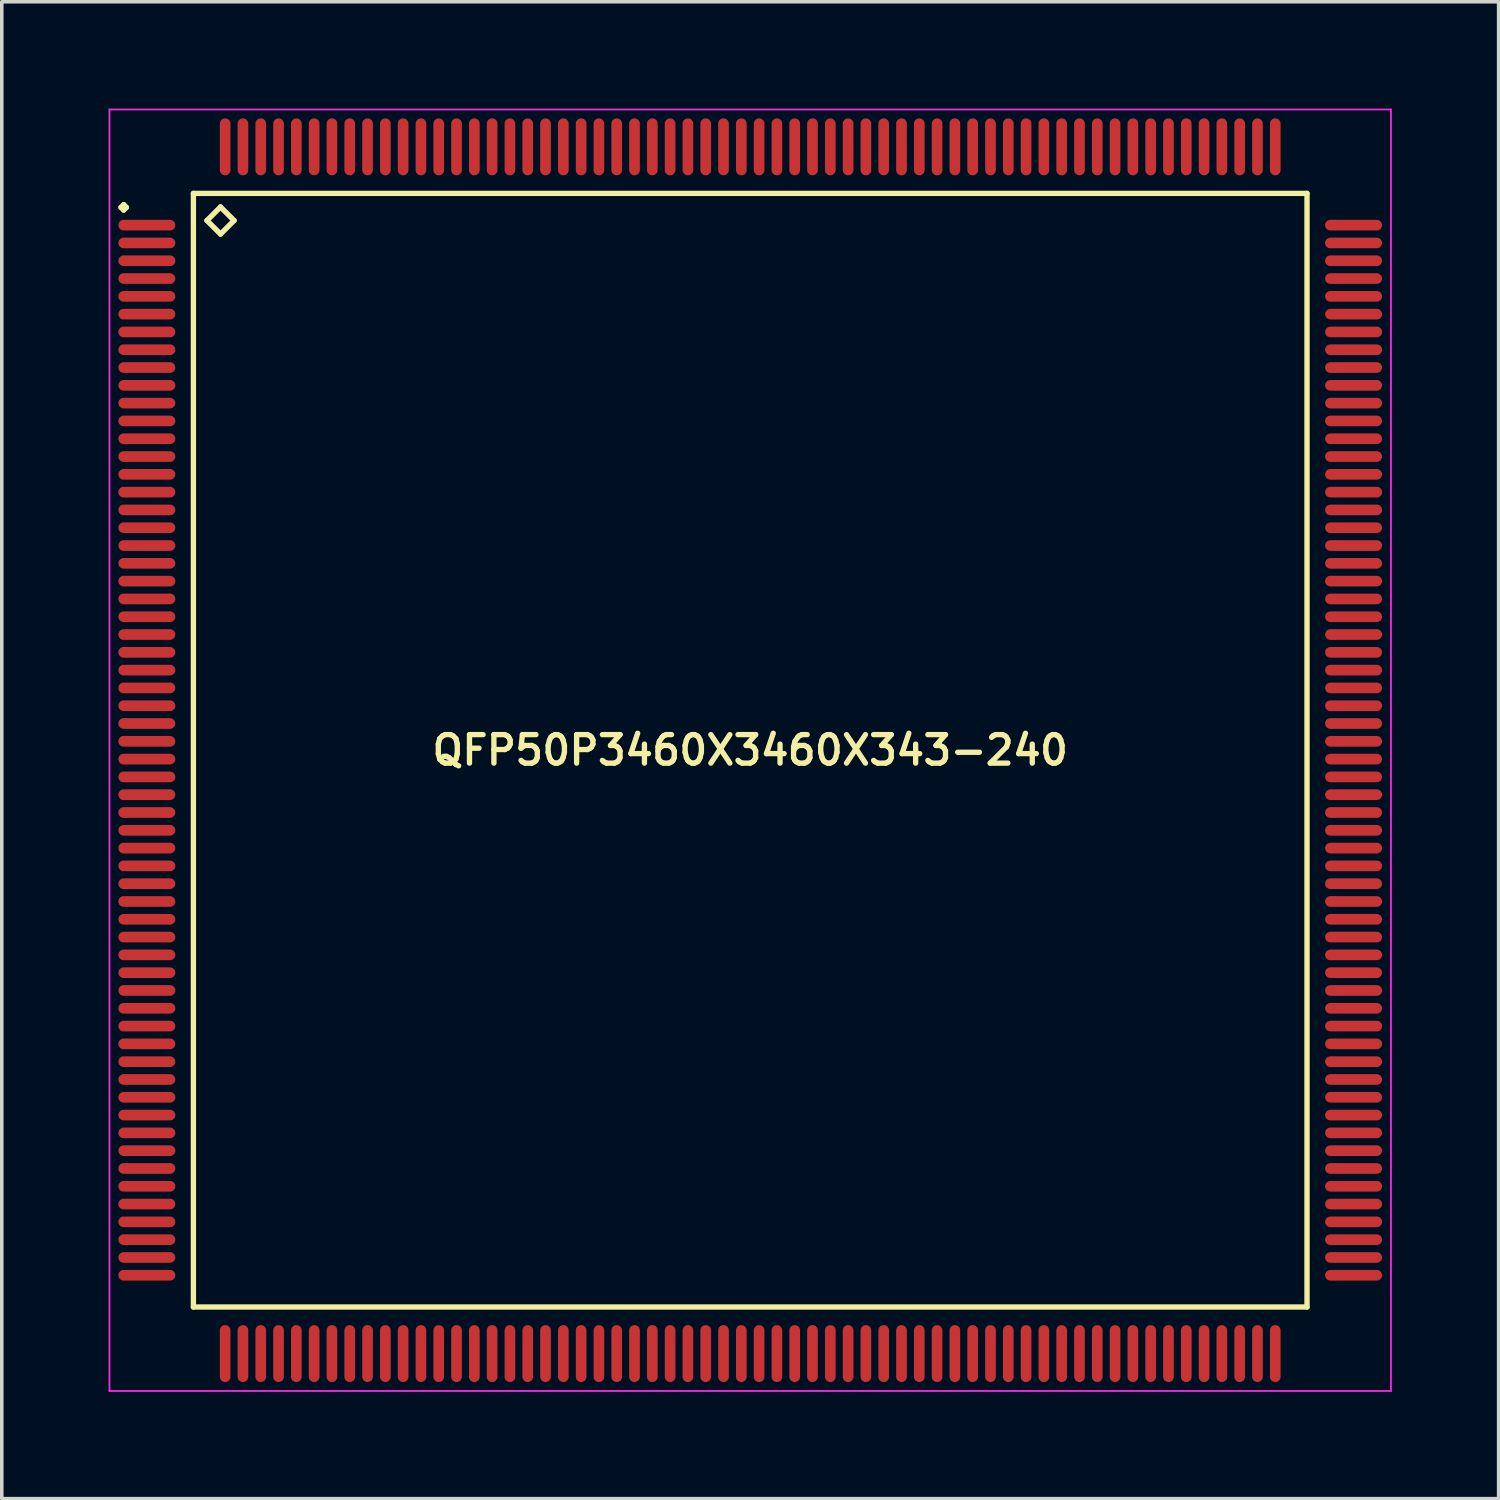
<source format=kicad_pcb>
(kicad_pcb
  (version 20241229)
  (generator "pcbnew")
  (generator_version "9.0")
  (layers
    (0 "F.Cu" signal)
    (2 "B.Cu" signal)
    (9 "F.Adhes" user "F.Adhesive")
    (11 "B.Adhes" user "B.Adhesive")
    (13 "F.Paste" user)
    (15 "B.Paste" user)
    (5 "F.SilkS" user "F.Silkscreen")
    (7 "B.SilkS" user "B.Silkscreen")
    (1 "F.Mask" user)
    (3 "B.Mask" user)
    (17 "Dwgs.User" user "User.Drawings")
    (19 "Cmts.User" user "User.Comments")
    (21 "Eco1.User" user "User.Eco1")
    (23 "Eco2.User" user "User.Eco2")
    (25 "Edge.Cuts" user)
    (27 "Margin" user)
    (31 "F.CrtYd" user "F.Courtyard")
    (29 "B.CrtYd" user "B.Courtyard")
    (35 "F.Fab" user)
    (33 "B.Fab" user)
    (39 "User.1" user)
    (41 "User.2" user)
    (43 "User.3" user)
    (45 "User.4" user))
  (footprint "QFP50P3460X3460X343-240"
    (layer "F.Cu")
    (at 18.025 18.025)
    (property "Reference" "QFP50P3460X3460X343-240" (at 0 0 0) (layer "F.SilkS") (effects (font (size 0.8 0.8) (thickness 0.15))))
    (attr smd)
    (fp_line (start -17.675 -15.25) (end -17.6 -15.325) (stroke (width 0.15) (type solid)) (layer "F.SilkS"))
    (fp_line (start -17.6 -15.325) (end -17.525 -15.25) (stroke (width 0.15) (type solid)) (layer "F.SilkS"))
    (fp_line (start -17.6 -15.175) (end -17.675 -15.25) (stroke (width 0.15) (type solid)) (layer "F.SilkS"))
    (fp_line (start -17.525 -15.25) (end -17.6 -15.175) (stroke (width 0.15) (type solid)) (layer "F.SilkS"))
    (fp_line (start -15.642 -15.642) (end -15.642 15.642) (stroke (width 0.15) (type solid)) (layer "F.SilkS"))
    (fp_line (start -15.642 15.642) (end 15.642 15.642) (stroke (width 0.15) (type solid)) (layer "F.SilkS"))
    (fp_line (start -15.261 -14.88) (end -14.88 -15.261) (stroke (width 0.15) (type solid)) (layer "F.SilkS"))
    (fp_line (start -14.88 -15.261) (end -14.499 -14.88) (stroke (width 0.15) (type solid)) (layer "F.SilkS"))
    (fp_line (start -14.88 -14.499) (end -15.261 -14.88) (stroke (width 0.15) (type solid)) (layer "F.SilkS"))
    (fp_line (start -14.499 -14.88) (end -14.88 -14.499) (stroke (width 0.15) (type solid)) (layer "F.SilkS"))
    (fp_line (start 15.642 -15.642) (end -15.642 -15.642) (stroke (width 0.15) (type solid)) (layer "F.SilkS"))
    (fp_line (start 15.642 15.642) (end 15.642 -15.642) (stroke (width 0.15) (type solid)) (layer "F.SilkS"))
    (fp_line (start -18 -18) (end 18 -18) (stroke (width 0.05) (type solid)) (layer "F.CrtYd"))
    (fp_line (start -18 18) (end -18 -18) (stroke (width 0.05) (type solid)) (layer "F.CrtYd"))
    (fp_line (start 18 -18) (end 18 18) (stroke (width 0.05) (type solid)) (layer "F.CrtYd"))
    (fp_line (start 18 18) (end -18 18) (stroke (width 0.05) (type solid)) (layer "F.CrtYd"))
    (pad "1" smd oval (at -16.95 -14.75) (size 1.6 0.3) (layers "F.Cu" "F.Mask" "F.Paste"))
    (pad "2" smd oval (at -16.95 -14.25) (size 1.6 0.3) (layers "F.Cu" "F.Mask" "F.Paste"))
    (pad "3" smd oval (at -16.95 -13.75) (size 1.6 0.3) (layers "F.Cu" "F.Mask" "F.Paste"))
    (pad "4" smd oval (at -16.95 -13.25) (size 1.6 0.3) (layers "F.Cu" "F.Mask" "F.Paste"))
    (pad "5" smd oval (at -16.95 -12.75) (size 1.6 0.3) (layers "F.Cu" "F.Mask" "F.Paste"))
    (pad "6" smd oval (at -16.95 -12.25) (size 1.6 0.3) (layers "F.Cu" "F.Mask" "F.Paste"))
    (pad "7" smd oval (at -16.95 -11.75) (size 1.6 0.3) (layers "F.Cu" "F.Mask" "F.Paste"))
    (pad "8" smd oval (at -16.95 -11.25) (size 1.6 0.3) (layers "F.Cu" "F.Mask" "F.Paste"))
    (pad "9" smd oval (at -16.95 -10.75) (size 1.6 0.3) (layers "F.Cu" "F.Mask" "F.Paste"))
    (pad "10" smd oval (at -16.95 -10.25) (size 1.6 0.3) (layers "F.Cu" "F.Mask" "F.Paste"))
    (pad "11" smd oval (at -16.95 -9.75) (size 1.6 0.3) (layers "F.Cu" "F.Mask" "F.Paste"))
    (pad "12" smd oval (at -16.95 -9.25) (size 1.6 0.3) (layers "F.Cu" "F.Mask" "F.Paste"))
    (pad "13" smd oval (at -16.95 -8.75) (size 1.6 0.3) (layers "F.Cu" "F.Mask" "F.Paste"))
    (pad "14" smd oval (at -16.95 -8.25) (size 1.6 0.3) (layers "F.Cu" "F.Mask" "F.Paste"))
    (pad "15" smd oval (at -16.95 -7.75) (size 1.6 0.3) (layers "F.Cu" "F.Mask" "F.Paste"))
    (pad "16" smd oval (at -16.95 -7.25) (size 1.6 0.3) (layers "F.Cu" "F.Mask" "F.Paste"))
    (pad "17" smd oval (at -16.95 -6.75) (size 1.6 0.3) (layers "F.Cu" "F.Mask" "F.Paste"))
    (pad "18" smd oval (at -16.95 -6.25) (size 1.6 0.3) (layers "F.Cu" "F.Mask" "F.Paste"))
    (pad "19" smd oval (at -16.95 -5.75) (size 1.6 0.3) (layers "F.Cu" "F.Mask" "F.Paste"))
    (pad "20" smd oval (at -16.95 -5.25) (size 1.6 0.3) (layers "F.Cu" "F.Mask" "F.Paste"))
    (pad "21" smd oval (at -16.95 -4.75) (size 1.6 0.3) (layers "F.Cu" "F.Mask" "F.Paste"))
    (pad "22" smd oval (at -16.95 -4.25) (size 1.6 0.3) (layers "F.Cu" "F.Mask" "F.Paste"))
    (pad "23" smd oval (at -16.95 -3.75) (size 1.6 0.3) (layers "F.Cu" "F.Mask" "F.Paste"))
    (pad "24" smd oval (at -16.95 -3.25) (size 1.6 0.3) (layers "F.Cu" "F.Mask" "F.Paste"))
    (pad "25" smd oval (at -16.95 -2.75) (size 1.6 0.3) (layers "F.Cu" "F.Mask" "F.Paste"))
    (pad "26" smd oval (at -16.95 -2.25) (size 1.6 0.3) (layers "F.Cu" "F.Mask" "F.Paste"))
    (pad "27" smd oval (at -16.95 -1.75) (size 1.6 0.3) (layers "F.Cu" "F.Mask" "F.Paste"))
    (pad "28" smd oval (at -16.95 -1.25) (size 1.6 0.3) (layers "F.Cu" "F.Mask" "F.Paste"))
    (pad "29" smd oval (at -16.95 -0.75) (size 1.6 0.3) (layers "F.Cu" "F.Mask" "F.Paste"))
    (pad "30" smd oval (at -16.95 -0.25) (size 1.6 0.3) (layers "F.Cu" "F.Mask" "F.Paste"))
    (pad "31" smd oval (at -16.95 0.25) (size 1.6 0.3) (layers "F.Cu" "F.Mask" "F.Paste"))
    (pad "32" smd oval (at -16.95 0.75) (size 1.6 0.3) (layers "F.Cu" "F.Mask" "F.Paste"))
    (pad "33" smd oval (at -16.95 1.25) (size 1.6 0.3) (layers "F.Cu" "F.Mask" "F.Paste"))
    (pad "34" smd oval (at -16.95 1.75) (size 1.6 0.3) (layers "F.Cu" "F.Mask" "F.Paste"))
    (pad "35" smd oval (at -16.95 2.25) (size 1.6 0.3) (layers "F.Cu" "F.Mask" "F.Paste"))
    (pad "36" smd oval (at -16.95 2.75) (size 1.6 0.3) (layers "F.Cu" "F.Mask" "F.Paste"))
    (pad "37" smd oval (at -16.95 3.25) (size 1.6 0.3) (layers "F.Cu" "F.Mask" "F.Paste"))
    (pad "38" smd oval (at -16.95 3.75) (size 1.6 0.3) (layers "F.Cu" "F.Mask" "F.Paste"))
    (pad "39" smd oval (at -16.95 4.25) (size 1.6 0.3) (layers "F.Cu" "F.Mask" "F.Paste"))
    (pad "40" smd oval (at -16.95 4.75) (size 1.6 0.3) (layers "F.Cu" "F.Mask" "F.Paste"))
    (pad "41" smd oval (at -16.95 5.25) (size 1.6 0.3) (layers "F.Cu" "F.Mask" "F.Paste"))
    (pad "42" smd oval (at -16.95 5.75) (size 1.6 0.3) (layers "F.Cu" "F.Mask" "F.Paste"))
    (pad "43" smd oval (at -16.95 6.25) (size 1.6 0.3) (layers "F.Cu" "F.Mask" "F.Paste"))
    (pad "44" smd oval (at -16.95 6.75) (size 1.6 0.3) (layers "F.Cu" "F.Mask" "F.Paste"))
    (pad "45" smd oval (at -16.95 7.25) (size 1.6 0.3) (layers "F.Cu" "F.Mask" "F.Paste"))
    (pad "46" smd oval (at -16.95 7.75) (size 1.6 0.3) (layers "F.Cu" "F.Mask" "F.Paste"))
    (pad "47" smd oval (at -16.95 8.25) (size 1.6 0.3) (layers "F.Cu" "F.Mask" "F.Paste"))
    (pad "48" smd oval (at -16.95 8.75) (size 1.6 0.3) (layers "F.Cu" "F.Mask" "F.Paste"))
    (pad "49" smd oval (at -16.95 9.25) (size 1.6 0.3) (layers "F.Cu" "F.Mask" "F.Paste"))
    (pad "50" smd oval (at -16.95 9.75) (size 1.6 0.3) (layers "F.Cu" "F.Mask" "F.Paste"))
    (pad "51" smd oval (at -16.95 10.25) (size 1.6 0.3) (layers "F.Cu" "F.Mask" "F.Paste"))
    (pad "52" smd oval (at -16.95 10.75) (size 1.6 0.3) (layers "F.Cu" "F.Mask" "F.Paste"))
    (pad "53" smd oval (at -16.95 11.25) (size 1.6 0.3) (layers "F.Cu" "F.Mask" "F.Paste"))
    (pad "54" smd oval (at -16.95 11.75) (size 1.6 0.3) (layers "F.Cu" "F.Mask" "F.Paste"))
    (pad "55" smd oval (at -16.95 12.25) (size 1.6 0.3) (layers "F.Cu" "F.Mask" "F.Paste"))
    (pad "56" smd oval (at -16.95 12.75) (size 1.6 0.3) (layers "F.Cu" "F.Mask" "F.Paste"))
    (pad "57" smd oval (at -16.95 13.25) (size 1.6 0.3) (layers "F.Cu" "F.Mask" "F.Paste"))
    (pad "58" smd oval (at -16.95 13.75) (size 1.6 0.3) (layers "F.Cu" "F.Mask" "F.Paste"))
    (pad "59" smd oval (at -16.95 14.25) (size 1.6 0.3) (layers "F.Cu" "F.Mask" "F.Paste"))
    (pad "60" smd oval (at -16.95 14.75) (size 1.6 0.3) (layers "F.Cu" "F.Mask" "F.Paste"))
    (pad "61" smd oval (at -14.75 16.95) (size 0.3 1.6) (layers "F.Cu" "F.Mask" "F.Paste"))
    (pad "62" smd oval (at -14.25 16.95) (size 0.3 1.6) (layers "F.Cu" "F.Mask" "F.Paste"))
    (pad "63" smd oval (at -13.75 16.95) (size 0.3 1.6) (layers "F.Cu" "F.Mask" "F.Paste"))
    (pad "64" smd oval (at -13.25 16.95) (size 0.3 1.6) (layers "F.Cu" "F.Mask" "F.Paste"))
    (pad "65" smd oval (at -12.75 16.95) (size 0.3 1.6) (layers "F.Cu" "F.Mask" "F.Paste"))
    (pad "66" smd oval (at -12.25 16.95) (size 0.3 1.6) (layers "F.Cu" "F.Mask" "F.Paste"))
    (pad "67" smd oval (at -11.75 16.95) (size 0.3 1.6) (layers "F.Cu" "F.Mask" "F.Paste"))
    (pad "68" smd oval (at -11.25 16.95) (size 0.3 1.6) (layers "F.Cu" "F.Mask" "F.Paste"))
    (pad "69" smd oval (at -10.75 16.95) (size 0.3 1.6) (layers "F.Cu" "F.Mask" "F.Paste"))
    (pad "70" smd oval (at -10.25 16.95) (size 0.3 1.6) (layers "F.Cu" "F.Mask" "F.Paste"))
    (pad "71" smd oval (at -9.75 16.95) (size 0.3 1.6) (layers "F.Cu" "F.Mask" "F.Paste"))
    (pad "72" smd oval (at -9.25 16.95) (size 0.3 1.6) (layers "F.Cu" "F.Mask" "F.Paste"))
    (pad "73" smd oval (at -8.75 16.95) (size 0.3 1.6) (layers "F.Cu" "F.Mask" "F.Paste"))
    (pad "74" smd oval (at -8.25 16.95) (size 0.3 1.6) (layers "F.Cu" "F.Mask" "F.Paste"))
    (pad "75" smd oval (at -7.75 16.95) (size 0.3 1.6) (layers "F.Cu" "F.Mask" "F.Paste"))
    (pad "76" smd oval (at -7.25 16.95) (size 0.3 1.6) (layers "F.Cu" "F.Mask" "F.Paste"))
    (pad "77" smd oval (at -6.75 16.95) (size 0.3 1.6) (layers "F.Cu" "F.Mask" "F.Paste"))
    (pad "78" smd oval (at -6.25 16.95) (size 0.3 1.6) (layers "F.Cu" "F.Mask" "F.Paste"))
    (pad "79" smd oval (at -5.75 16.95) (size 0.3 1.6) (layers "F.Cu" "F.Mask" "F.Paste"))
    (pad "80" smd oval (at -5.25 16.95) (size 0.3 1.6) (layers "F.Cu" "F.Mask" "F.Paste"))
    (pad "81" smd oval (at -4.75 16.95) (size 0.3 1.6) (layers "F.Cu" "F.Mask" "F.Paste"))
    (pad "82" smd oval (at -4.25 16.95) (size 0.3 1.6) (layers "F.Cu" "F.Mask" "F.Paste"))
    (pad "83" smd oval (at -3.75 16.95) (size 0.3 1.6) (layers "F.Cu" "F.Mask" "F.Paste"))
    (pad "84" smd oval (at -3.25 16.95) (size 0.3 1.6) (layers "F.Cu" "F.Mask" "F.Paste"))
    (pad "85" smd oval (at -2.75 16.95) (size 0.3 1.6) (layers "F.Cu" "F.Mask" "F.Paste"))
    (pad "86" smd oval (at -2.25 16.95) (size 0.3 1.6) (layers "F.Cu" "F.Mask" "F.Paste"))
    (pad "87" smd oval (at -1.75 16.95) (size 0.3 1.6) (layers "F.Cu" "F.Mask" "F.Paste"))
    (pad "88" smd oval (at -1.25 16.95) (size 0.3 1.6) (layers "F.Cu" "F.Mask" "F.Paste"))
    (pad "89" smd oval (at -0.75 16.95) (size 0.3 1.6) (layers "F.Cu" "F.Mask" "F.Paste"))
    (pad "90" smd oval (at -0.25 16.95) (size 0.3 1.6) (layers "F.Cu" "F.Mask" "F.Paste"))
    (pad "91" smd oval (at 0.25 16.95) (size 0.3 1.6) (layers "F.Cu" "F.Mask" "F.Paste"))
    (pad "92" smd oval (at 0.75 16.95) (size 0.3 1.6) (layers "F.Cu" "F.Mask" "F.Paste"))
    (pad "93" smd oval (at 1.25 16.95) (size 0.3 1.6) (layers "F.Cu" "F.Mask" "F.Paste"))
    (pad "94" smd oval (at 1.75 16.95) (size 0.3 1.6) (layers "F.Cu" "F.Mask" "F.Paste"))
    (pad "95" smd oval (at 2.25 16.95) (size 0.3 1.6) (layers "F.Cu" "F.Mask" "F.Paste"))
    (pad "96" smd oval (at 2.75 16.95) (size 0.3 1.6) (layers "F.Cu" "F.Mask" "F.Paste"))
    (pad "97" smd oval (at 3.25 16.95) (size 0.3 1.6) (layers "F.Cu" "F.Mask" "F.Paste"))
    (pad "98" smd oval (at 3.75 16.95) (size 0.3 1.6) (layers "F.Cu" "F.Mask" "F.Paste"))
    (pad "99" smd oval (at 4.25 16.95) (size 0.3 1.6) (layers "F.Cu" "F.Mask" "F.Paste"))
    (pad "100" smd oval (at 4.75 16.95) (size 0.3 1.6) (layers "F.Cu" "F.Mask" "F.Paste"))
    (pad "101" smd oval (at 5.25 16.95) (size 0.3 1.6) (layers "F.Cu" "F.Mask" "F.Paste"))
    (pad "102" smd oval (at 5.75 16.95) (size 0.3 1.6) (layers "F.Cu" "F.Mask" "F.Paste"))
    (pad "103" smd oval (at 6.25 16.95) (size 0.3 1.6) (layers "F.Cu" "F.Mask" "F.Paste"))
    (pad "104" smd oval (at 6.75 16.95) (size 0.3 1.6) (layers "F.Cu" "F.Mask" "F.Paste"))
    (pad "105" smd oval (at 7.25 16.95) (size 0.3 1.6) (layers "F.Cu" "F.Mask" "F.Paste"))
    (pad "106" smd oval (at 7.75 16.95) (size 0.3 1.6) (layers "F.Cu" "F.Mask" "F.Paste"))
    (pad "107" smd oval (at 8.25 16.95) (size 0.3 1.6) (layers "F.Cu" "F.Mask" "F.Paste"))
    (pad "108" smd oval (at 8.75 16.95) (size 0.3 1.6) (layers "F.Cu" "F.Mask" "F.Paste"))
    (pad "109" smd oval (at 9.25 16.95) (size 0.3 1.6) (layers "F.Cu" "F.Mask" "F.Paste"))
    (pad "110" smd oval (at 9.75 16.95) (size 0.3 1.6) (layers "F.Cu" "F.Mask" "F.Paste"))
    (pad "111" smd oval (at 10.25 16.95) (size 0.3 1.6) (layers "F.Cu" "F.Mask" "F.Paste"))
    (pad "112" smd oval (at 10.75 16.95) (size 0.3 1.6) (layers "F.Cu" "F.Mask" "F.Paste"))
    (pad "113" smd oval (at 11.25 16.95) (size 0.3 1.6) (layers "F.Cu" "F.Mask" "F.Paste"))
    (pad "114" smd oval (at 11.75 16.95) (size 0.3 1.6) (layers "F.Cu" "F.Mask" "F.Paste"))
    (pad "115" smd oval (at 12.25 16.95) (size 0.3 1.6) (layers "F.Cu" "F.Mask" "F.Paste"))
    (pad "116" smd oval (at 12.75 16.95) (size 0.3 1.6) (layers "F.Cu" "F.Mask" "F.Paste"))
    (pad "117" smd oval (at 13.25 16.95) (size 0.3 1.6) (layers "F.Cu" "F.Mask" "F.Paste"))
    (pad "118" smd oval (at 13.75 16.95) (size 0.3 1.6) (layers "F.Cu" "F.Mask" "F.Paste"))
    (pad "119" smd oval (at 14.25 16.95) (size 0.3 1.6) (layers "F.Cu" "F.Mask" "F.Paste"))
    (pad "120" smd oval (at 14.75 16.95) (size 0.3 1.6) (layers "F.Cu" "F.Mask" "F.Paste"))
    (pad "121" smd oval (at 16.95 14.75) (size 1.6 0.3) (layers "F.Cu" "F.Mask" "F.Paste"))
    (pad "122" smd oval (at 16.95 14.25) (size 1.6 0.3) (layers "F.Cu" "F.Mask" "F.Paste"))
    (pad "123" smd oval (at 16.95 13.75) (size 1.6 0.3) (layers "F.Cu" "F.Mask" "F.Paste"))
    (pad "124" smd oval (at 16.95 13.25) (size 1.6 0.3) (layers "F.Cu" "F.Mask" "F.Paste"))
    (pad "125" smd oval (at 16.95 12.75) (size 1.6 0.3) (layers "F.Cu" "F.Mask" "F.Paste"))
    (pad "126" smd oval (at 16.95 12.25) (size 1.6 0.3) (layers "F.Cu" "F.Mask" "F.Paste"))
    (pad "127" smd oval (at 16.95 11.75) (size 1.6 0.3) (layers "F.Cu" "F.Mask" "F.Paste"))
    (pad "128" smd oval (at 16.95 11.25) (size 1.6 0.3) (layers "F.Cu" "F.Mask" "F.Paste"))
    (pad "129" smd oval (at 16.95 10.75) (size 1.6 0.3) (layers "F.Cu" "F.Mask" "F.Paste"))
    (pad "130" smd oval (at 16.95 10.25) (size 1.6 0.3) (layers "F.Cu" "F.Mask" "F.Paste"))
    (pad "131" smd oval (at 16.95 9.75) (size 1.6 0.3) (layers "F.Cu" "F.Mask" "F.Paste"))
    (pad "132" smd oval (at 16.95 9.25) (size 1.6 0.3) (layers "F.Cu" "F.Mask" "F.Paste"))
    (pad "133" smd oval (at 16.95 8.75) (size 1.6 0.3) (layers "F.Cu" "F.Mask" "F.Paste"))
    (pad "134" smd oval (at 16.95 8.25) (size 1.6 0.3) (layers "F.Cu" "F.Mask" "F.Paste"))
    (pad "135" smd oval (at 16.95 7.75) (size 1.6 0.3) (layers "F.Cu" "F.Mask" "F.Paste"))
    (pad "136" smd oval (at 16.95 7.25) (size 1.6 0.3) (layers "F.Cu" "F.Mask" "F.Paste"))
    (pad "137" smd oval (at 16.95 6.75) (size 1.6 0.3) (layers "F.Cu" "F.Mask" "F.Paste"))
    (pad "138" smd oval (at 16.95 6.25) (size 1.6 0.3) (layers "F.Cu" "F.Mask" "F.Paste"))
    (pad "139" smd oval (at 16.95 5.75) (size 1.6 0.3) (layers "F.Cu" "F.Mask" "F.Paste"))
    (pad "140" smd oval (at 16.95 5.25) (size 1.6 0.3) (layers "F.Cu" "F.Mask" "F.Paste"))
    (pad "141" smd oval (at 16.95 4.75) (size 1.6 0.3) (layers "F.Cu" "F.Mask" "F.Paste"))
    (pad "142" smd oval (at 16.95 4.25) (size 1.6 0.3) (layers "F.Cu" "F.Mask" "F.Paste"))
    (pad "143" smd oval (at 16.95 3.75) (size 1.6 0.3) (layers "F.Cu" "F.Mask" "F.Paste"))
    (pad "144" smd oval (at 16.95 3.25) (size 1.6 0.3) (layers "F.Cu" "F.Mask" "F.Paste"))
    (pad "145" smd oval (at 16.95 2.75) (size 1.6 0.3) (layers "F.Cu" "F.Mask" "F.Paste"))
    (pad "146" smd oval (at 16.95 2.25) (size 1.6 0.3) (layers "F.Cu" "F.Mask" "F.Paste"))
    (pad "147" smd oval (at 16.95 1.75) (size 1.6 0.3) (layers "F.Cu" "F.Mask" "F.Paste"))
    (pad "148" smd oval (at 16.95 1.25) (size 1.6 0.3) (layers "F.Cu" "F.Mask" "F.Paste"))
    (pad "149" smd oval (at 16.95 0.75) (size 1.6 0.3) (layers "F.Cu" "F.Mask" "F.Paste"))
    (pad "150" smd oval (at 16.95 0.25) (size 1.6 0.3) (layers "F.Cu" "F.Mask" "F.Paste"))
    (pad "151" smd oval (at 16.95 -0.25) (size 1.6 0.3) (layers "F.Cu" "F.Mask" "F.Paste"))
    (pad "152" smd oval (at 16.95 -0.75) (size 1.6 0.3) (layers "F.Cu" "F.Mask" "F.Paste"))
    (pad "153" smd oval (at 16.95 -1.25) (size 1.6 0.3) (layers "F.Cu" "F.Mask" "F.Paste"))
    (pad "154" smd oval (at 16.95 -1.75) (size 1.6 0.3) (layers "F.Cu" "F.Mask" "F.Paste"))
    (pad "155" smd oval (at 16.95 -2.25) (size 1.6 0.3) (layers "F.Cu" "F.Mask" "F.Paste"))
    (pad "156" smd oval (at 16.95 -2.75) (size 1.6 0.3) (layers "F.Cu" "F.Mask" "F.Paste"))
    (pad "157" smd oval (at 16.95 -3.25) (size 1.6 0.3) (layers "F.Cu" "F.Mask" "F.Paste"))
    (pad "158" smd oval (at 16.95 -3.75) (size 1.6 0.3) (layers "F.Cu" "F.Mask" "F.Paste"))
    (pad "159" smd oval (at 16.95 -4.25) (size 1.6 0.3) (layers "F.Cu" "F.Mask" "F.Paste"))
    (pad "160" smd oval (at 16.95 -4.75) (size 1.6 0.3) (layers "F.Cu" "F.Mask" "F.Paste"))
    (pad "161" smd oval (at 16.95 -5.25) (size 1.6 0.3) (layers "F.Cu" "F.Mask" "F.Paste"))
    (pad "162" smd oval (at 16.95 -5.75) (size 1.6 0.3) (layers "F.Cu" "F.Mask" "F.Paste"))
    (pad "163" smd oval (at 16.95 -6.25) (size 1.6 0.3) (layers "F.Cu" "F.Mask" "F.Paste"))
    (pad "164" smd oval (at 16.95 -6.75) (size 1.6 0.3) (layers "F.Cu" "F.Mask" "F.Paste"))
    (pad "165" smd oval (at 16.95 -7.25) (size 1.6 0.3) (layers "F.Cu" "F.Mask" "F.Paste"))
    (pad "166" smd oval (at 16.95 -7.75) (size 1.6 0.3) (layers "F.Cu" "F.Mask" "F.Paste"))
    (pad "167" smd oval (at 16.95 -8.25) (size 1.6 0.3) (layers "F.Cu" "F.Mask" "F.Paste"))
    (pad "168" smd oval (at 16.95 -8.75) (size 1.6 0.3) (layers "F.Cu" "F.Mask" "F.Paste"))
    (pad "169" smd oval (at 16.95 -9.25) (size 1.6 0.3) (layers "F.Cu" "F.Mask" "F.Paste"))
    (pad "170" smd oval (at 16.95 -9.75) (size 1.6 0.3) (layers "F.Cu" "F.Mask" "F.Paste"))
    (pad "171" smd oval (at 16.95 -10.25) (size 1.6 0.3) (layers "F.Cu" "F.Mask" "F.Paste"))
    (pad "172" smd oval (at 16.95 -10.75) (size 1.6 0.3) (layers "F.Cu" "F.Mask" "F.Paste"))
    (pad "173" smd oval (at 16.95 -11.25) (size 1.6 0.3) (layers "F.Cu" "F.Mask" "F.Paste"))
    (pad "174" smd oval (at 16.95 -11.75) (size 1.6 0.3) (layers "F.Cu" "F.Mask" "F.Paste"))
    (pad "175" smd oval (at 16.95 -12.25) (size 1.6 0.3) (layers "F.Cu" "F.Mask" "F.Paste"))
    (pad "176" smd oval (at 16.95 -12.75) (size 1.6 0.3) (layers "F.Cu" "F.Mask" "F.Paste"))
    (pad "177" smd oval (at 16.95 -13.25) (size 1.6 0.3) (layers "F.Cu" "F.Mask" "F.Paste"))
    (pad "178" smd oval (at 16.95 -13.75) (size 1.6 0.3) (layers "F.Cu" "F.Mask" "F.Paste"))
    (pad "179" smd oval (at 16.95 -14.25) (size 1.6 0.3) (layers "F.Cu" "F.Mask" "F.Paste"))
    (pad "180" smd oval (at 16.95 -14.75) (size 1.6 0.3) (layers "F.Cu" "F.Mask" "F.Paste"))
    (pad "181" smd oval (at 14.75 -16.95) (size 0.3 1.6) (layers "F.Cu" "F.Mask" "F.Paste"))
    (pad "182" smd oval (at 14.25 -16.95) (size 0.3 1.6) (layers "F.Cu" "F.Mask" "F.Paste"))
    (pad "183" smd oval (at 13.75 -16.95) (size 0.3 1.6) (layers "F.Cu" "F.Mask" "F.Paste"))
    (pad "184" smd oval (at 13.25 -16.95) (size 0.3 1.6) (layers "F.Cu" "F.Mask" "F.Paste"))
    (pad "185" smd oval (at 12.75 -16.95) (size 0.3 1.6) (layers "F.Cu" "F.Mask" "F.Paste"))
    (pad "186" smd oval (at 12.25 -16.95) (size 0.3 1.6) (layers "F.Cu" "F.Mask" "F.Paste"))
    (pad "187" smd oval (at 11.75 -16.95) (size 0.3 1.6) (layers "F.Cu" "F.Mask" "F.Paste"))
    (pad "188" smd oval (at 11.25 -16.95) (size 0.3 1.6) (layers "F.Cu" "F.Mask" "F.Paste"))
    (pad "189" smd oval (at 10.75 -16.95) (size 0.3 1.6) (layers "F.Cu" "F.Mask" "F.Paste"))
    (pad "190" smd oval (at 10.25 -16.95) (size 0.3 1.6) (layers "F.Cu" "F.Mask" "F.Paste"))
    (pad "191" smd oval (at 9.75 -16.95) (size 0.3 1.6) (layers "F.Cu" "F.Mask" "F.Paste"))
    (pad "192" smd oval (at 9.25 -16.95) (size 0.3 1.6) (layers "F.Cu" "F.Mask" "F.Paste"))
    (pad "193" smd oval (at 8.75 -16.95) (size 0.3 1.6) (layers "F.Cu" "F.Mask" "F.Paste"))
    (pad "194" smd oval (at 8.25 -16.95) (size 0.3 1.6) (layers "F.Cu" "F.Mask" "F.Paste"))
    (pad "195" smd oval (at 7.75 -16.95) (size 0.3 1.6) (layers "F.Cu" "F.Mask" "F.Paste"))
    (pad "196" smd oval (at 7.25 -16.95) (size 0.3 1.6) (layers "F.Cu" "F.Mask" "F.Paste"))
    (pad "197" smd oval (at 6.75 -16.95) (size 0.3 1.6) (layers "F.Cu" "F.Mask" "F.Paste"))
    (pad "198" smd oval (at 6.25 -16.95) (size 0.3 1.6) (layers "F.Cu" "F.Mask" "F.Paste"))
    (pad "199" smd oval (at 5.75 -16.95) (size 0.3 1.6) (layers "F.Cu" "F.Mask" "F.Paste"))
    (pad "200" smd oval (at 5.25 -16.95) (size 0.3 1.6) (layers "F.Cu" "F.Mask" "F.Paste"))
    (pad "201" smd oval (at 4.75 -16.95) (size 0.3 1.6) (layers "F.Cu" "F.Mask" "F.Paste"))
    (pad "202" smd oval (at 4.25 -16.95) (size 0.3 1.6) (layers "F.Cu" "F.Mask" "F.Paste"))
    (pad "203" smd oval (at 3.75 -16.95) (size 0.3 1.6) (layers "F.Cu" "F.Mask" "F.Paste"))
    (pad "204" smd oval (at 3.25 -16.95) (size 0.3 1.6) (layers "F.Cu" "F.Mask" "F.Paste"))
    (pad "205" smd oval (at 2.75 -16.95) (size 0.3 1.6) (layers "F.Cu" "F.Mask" "F.Paste"))
    (pad "206" smd oval (at 2.25 -16.95) (size 0.3 1.6) (layers "F.Cu" "F.Mask" "F.Paste"))
    (pad "207" smd oval (at 1.75 -16.95) (size 0.3 1.6) (layers "F.Cu" "F.Mask" "F.Paste"))
    (pad "208" smd oval (at 1.25 -16.95) (size 0.3 1.6) (layers "F.Cu" "F.Mask" "F.Paste"))
    (pad "209" smd oval (at 0.75 -16.95) (size 0.3 1.6) (layers "F.Cu" "F.Mask" "F.Paste"))
    (pad "210" smd oval (at 0.25 -16.95) (size 0.3 1.6) (layers "F.Cu" "F.Mask" "F.Paste"))
    (pad "211" smd oval (at -0.25 -16.95) (size 0.3 1.6) (layers "F.Cu" "F.Mask" "F.Paste"))
    (pad "212" smd oval (at -0.75 -16.95) (size 0.3 1.6) (layers "F.Cu" "F.Mask" "F.Paste"))
    (pad "213" smd oval (at -1.25 -16.95) (size 0.3 1.6) (layers "F.Cu" "F.Mask" "F.Paste"))
    (pad "214" smd oval (at -1.75 -16.95) (size 0.3 1.6) (layers "F.Cu" "F.Mask" "F.Paste"))
    (pad "215" smd oval (at -2.25 -16.95) (size 0.3 1.6) (layers "F.Cu" "F.Mask" "F.Paste"))
    (pad "216" smd oval (at -2.75 -16.95) (size 0.3 1.6) (layers "F.Cu" "F.Mask" "F.Paste"))
    (pad "217" smd oval (at -3.25 -16.95) (size 0.3 1.6) (layers "F.Cu" "F.Mask" "F.Paste"))
    (pad "218" smd oval (at -3.75 -16.95) (size 0.3 1.6) (layers "F.Cu" "F.Mask" "F.Paste"))
    (pad "219" smd oval (at -4.25 -16.95) (size 0.3 1.6) (layers "F.Cu" "F.Mask" "F.Paste"))
    (pad "220" smd oval (at -4.75 -16.95) (size 0.3 1.6) (layers "F.Cu" "F.Mask" "F.Paste"))
    (pad "221" smd oval (at -5.25 -16.95) (size 0.3 1.6) (layers "F.Cu" "F.Mask" "F.Paste"))
    (pad "222" smd oval (at -5.75 -16.95) (size 0.3 1.6) (layers "F.Cu" "F.Mask" "F.Paste"))
    (pad "223" smd oval (at -6.25 -16.95) (size 0.3 1.6) (layers "F.Cu" "F.Mask" "F.Paste"))
    (pad "224" smd oval (at -6.75 -16.95) (size 0.3 1.6) (layers "F.Cu" "F.Mask" "F.Paste"))
    (pad "225" smd oval (at -7.25 -16.95) (size 0.3 1.6) (layers "F.Cu" "F.Mask" "F.Paste"))
    (pad "226" smd oval (at -7.75 -16.95) (size 0.3 1.6) (layers "F.Cu" "F.Mask" "F.Paste"))
    (pad "227" smd oval (at -8.25 -16.95) (size 0.3 1.6) (layers "F.Cu" "F.Mask" "F.Paste"))
    (pad "228" smd oval (at -8.75 -16.95) (size 0.3 1.6) (layers "F.Cu" "F.Mask" "F.Paste"))
    (pad "229" smd oval (at -9.25 -16.95) (size 0.3 1.6) (layers "F.Cu" "F.Mask" "F.Paste"))
    (pad "230" smd oval (at -9.75 -16.95) (size 0.3 1.6) (layers "F.Cu" "F.Mask" "F.Paste"))
    (pad "231" smd oval (at -10.25 -16.95) (size 0.3 1.6) (layers "F.Cu" "F.Mask" "F.Paste"))
    (pad "232" smd oval (at -10.75 -16.95) (size 0.3 1.6) (layers "F.Cu" "F.Mask" "F.Paste"))
    (pad "233" smd oval (at -11.25 -16.95) (size 0.3 1.6) (layers "F.Cu" "F.Mask" "F.Paste"))
    (pad "234" smd oval (at -11.75 -16.95) (size 0.3 1.6) (layers "F.Cu" "F.Mask" "F.Paste"))
    (pad "235" smd oval (at -12.25 -16.95) (size 0.3 1.6) (layers "F.Cu" "F.Mask" "F.Paste"))
    (pad "236" smd oval (at -12.75 -16.95) (size 0.3 1.6) (layers "F.Cu" "F.Mask" "F.Paste"))
    (pad "237" smd oval (at -13.25 -16.95) (size 0.3 1.6) (layers "F.Cu" "F.Mask" "F.Paste"))
    (pad "238" smd oval (at -13.75 -16.95) (size 0.3 1.6) (layers "F.Cu" "F.Mask" "F.Paste"))
    (pad "239" smd oval (at -14.25 -16.95) (size 0.3 1.6) (layers "F.Cu" "F.Mask" "F.Paste"))
    (pad "240" smd oval (at -14.75 -16.95) (size 0.3 1.6) (layers "F.Cu" "F.Mask" "F.Paste")))
  (gr_rect
    (start -3 -3)
    (end 39.05 39.05)
    (stroke (width 0.1) (type default))
    (fill no)
    (layer "Edge.Cuts")))
</source>
